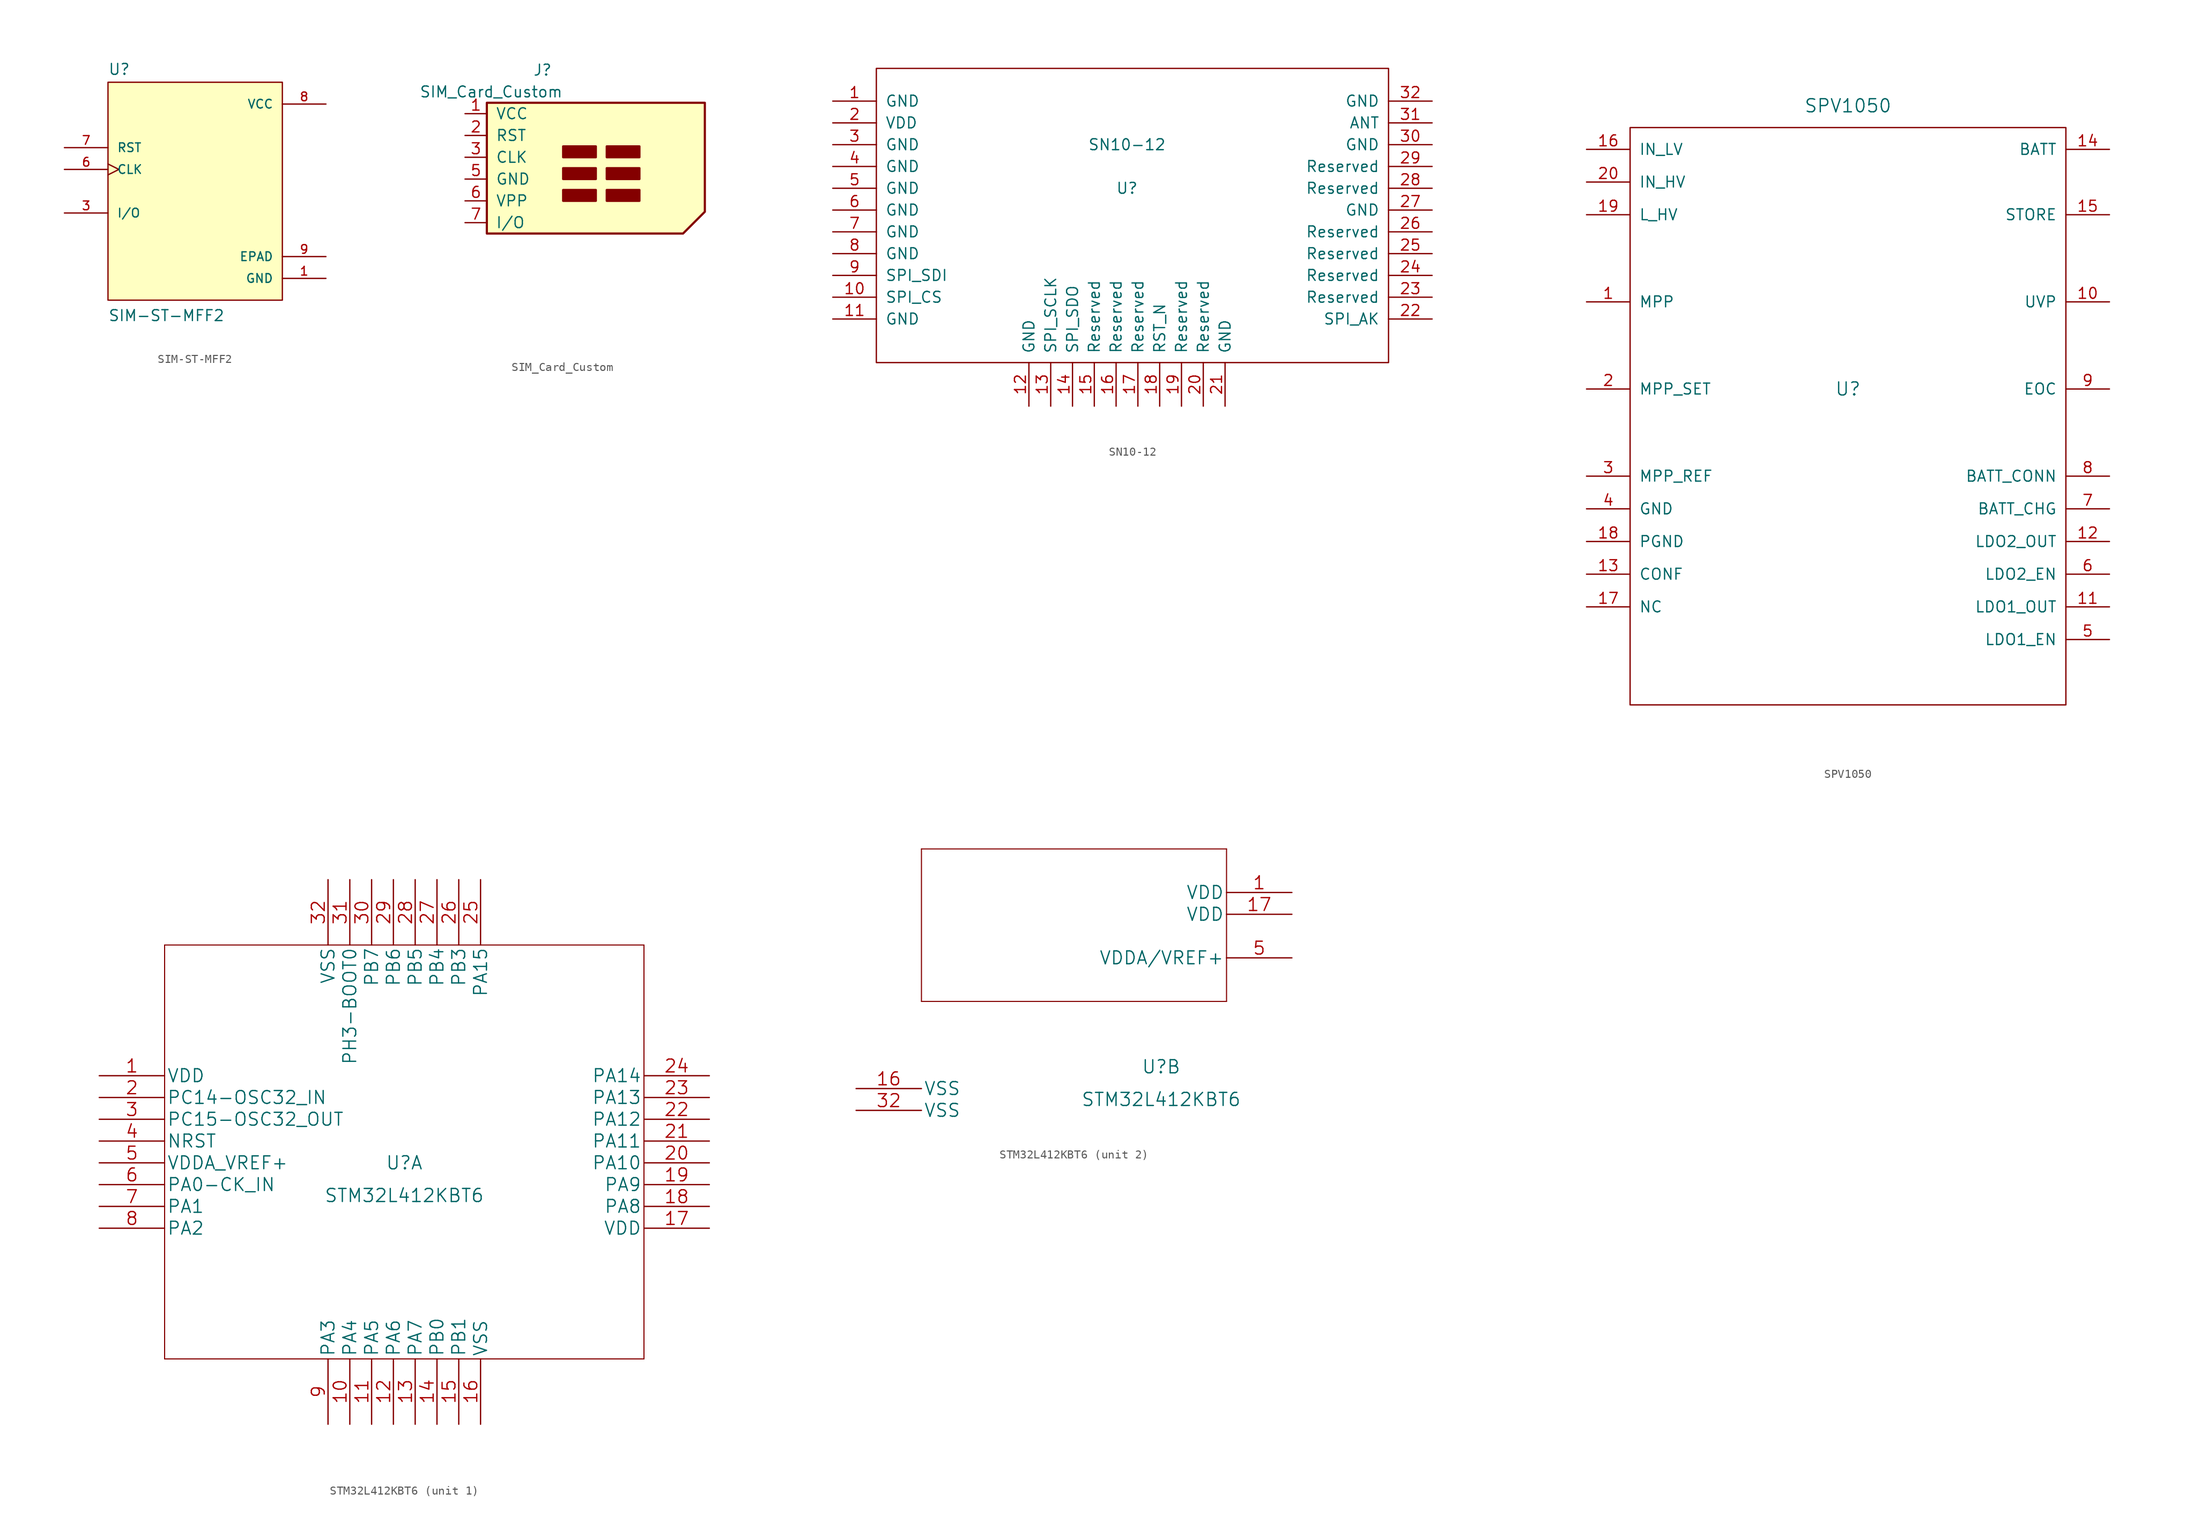
<source format=kicad_sym>
(kicad_symbol_lib
  (version 20211014)
  (generator kicad_symbol_editor)
  (symbol "SIM-ST-MFF2"
    (pin_names
      (offset 1.016))
    (property "Reference" "U"
      (at -10.16 13.462 0)
      (effects (font (size 1.27 1.27)) (justify left bottom)))
    (property "Value" "SIM-ST-MFF2"
      (at -10.16 -15.24 0)
      (effects (font (size 1.27 1.27)) (justify left bottom)))
    (property "ki_locked" ""
      (at 0 0 0)
      (effects (font (size 1.27 1.27))))
    (symbol "SIM-ST-MFF2_0_0"
      (rectangle (start -10.16 -12.7) (end 10.16 12.7) (stroke (width 0.152) (type default) (color 0 0 0 0)) (fill (type background)))
      (pin input line (at 15.24 -10.16 180) (length 5.08) (name "GND" (effects (font (size 1.016 1.016)))) (number "1" (effects (font (size 1.016 1.016)))))
      (pin bidirectional line (at -15.24 -2.54 0) (length 5.08) (name "I/O" (effects (font (size 1.016 1.016)))) (number "3" (effects (font (size 1.016 1.016)))))
      (pin input clock (at -15.24 2.54 0) (length 5.08) (name "CLK" (effects (font (size 1.016 1.016)))) (number "6" (effects (font (size 1.016 1.016)))))
      (pin input line (at -15.24 5.08 0) (length 5.08) (name "RST" (effects (font (size 1.016 1.016)))) (number "7" (effects (font (size 1.016 1.016)))))
      (pin input line (at 15.24 10.16 180) (length 5.08) (name "VCC" (effects (font (size 1.016 1.016)))) (number "8" (effects (font (size 1.016 1.016)))))
      (pin passive line (at 15.24 -7.62 180) (length 5.08) (name "EPAD" (effects (font (size 1.016 1.016)))) (number "9" (effects (font (size 1.016 1.016)))))))
  (symbol "SIM_Card_Custom"
    (pin_names
      (offset 1.016))
    (property "Reference" "J"
      (at -2.54 12.7 0)
      (effects (font (size 1.27 1.27)) (justify right)))
    (property "Value" "SIM_Card_Custom"
      (at -1.27 10.16 0)
      (effects (font (size 1.27 1.27)) (justify right)))
    (symbol "SIM_Card_Custom_0_1"
      (rectangle (start -1.27 -2.54) (end 2.54 -1.27) (stroke (width 0.254) (type default) (color 0 0 0 0)) (fill (type outline)))
      (rectangle (start -1.27 0) (end 2.54 1.27) (stroke (width 0.254) (type default) (color 0 0 0 0)) (fill (type outline)))
      (rectangle (start -1.27 2.54) (end 2.54 3.81) (stroke (width 0.254) (type default) (color 0 0 0 0)) (fill (type outline)))
      (polyline (pts (xy -10.16 8.89) (xy 15.24 8.89) (xy 15.24 -3.81) (xy 12.7 -6.35) (xy -10.16 -6.35) (xy -10.16 8.89)) (stroke (width 0.254) (type default) (color 0 0 0 0)) (fill (type background)))
      (rectangle (start 3.81 -1.27) (end 7.62 -2.54) (stroke (width 0.254) (type default) (color 0 0 0 0)) (fill (type outline)))
      (rectangle (start 3.81 0) (end 7.62 1.27) (stroke (width 0.254) (type default) (color 0 0 0 0)) (fill (type outline)))
      (rectangle (start 3.81 2.54) (end 7.62 3.81) (stroke (width 0.254) (type default) (color 0 0 0 0)) (fill (type outline))))
    (symbol "SIM_Card_Custom_1_1"
      (pin power_in line (at -12.7 7.62 0) (length 2.54) (name "VCC" (effects (font (size 1.27 1.27)))) (number "1" (effects (font (size 1.27 1.27)))))
      (pin no_connect line (at -2.54 -15.24 0) (length 2.54) hide (name "NC" (effects (font (size 1.27 1.27)))) (number "10" (effects (font (size 1.27 1.27)))))
      (pin no_connect line (at -2.54 -17.78 0) (length 2.54) hide (name "NC" (effects (font (size 1.27 1.27)))) (number "11" (effects (font (size 1.27 1.27)))))
      (pin input line (at -12.7 5.08 0) (length 2.54) (name "RST" (effects (font (size 1.27 1.27)))) (number "2" (effects (font (size 1.27 1.27)))))
      (pin input line (at -12.7 2.54 0) (length 2.54) (name "CLK" (effects (font (size 1.27 1.27)))) (number "3" (effects (font (size 1.27 1.27)))))
      (pin power_in line (at -12.7 0 0) (length 2.54) (name "GND" (effects (font (size 1.27 1.27)))) (number "5" (effects (font (size 1.27 1.27)))))
      (pin input line (at -12.7 -2.54 0) (length 2.54) (name "VPP" (effects (font (size 1.27 1.27)))) (number "6" (effects (font (size 1.27 1.27)))))
      (pin bidirectional line (at -12.7 -5.08 0) (length 2.54) (name "I/O" (effects (font (size 1.27 1.27)))) (number "7" (effects (font (size 1.27 1.27)))))
      (pin no_connect line (at -2.54 -10.16 0) (length 2.54) hide (name "NC" (effects (font (size 1.27 1.27)))) (number "8" (effects (font (size 1.27 1.27)))))
      (pin no_connect line (at -2.54 -12.7 0) (length 2.54) hide (name "NC" (effects (font (size 1.27 1.27)))) (number "9" (effects (font (size 1.27 1.27)))))))
  (symbol "SN10-12"
    (pin_names
      (offset 1.016))
    (property "Reference" "U"
      (at 0 0 0)
      (effects (font (size 1.27 1.27))))
    (property "Value" "SN10-12"
      (at 0 5.08 0)
      (effects (font (size 1.27 1.27))))
    (symbol "SN10-12_0_1"
      (rectangle (start -29.21 13.97) (end 30.48 -20.32) (stroke (width 0) (type default) (color 0 0 0 0)) (fill (type none))))
    (symbol "SN10-12_1_1"
      (pin input line (at -34.29 10.16 0) (length 5.08) (name "GND" (effects (font (size 1.27 1.27)))) (number "1" (effects (font (size 1.27 1.27)))))
      (pin input line (at -34.29 -12.7 0) (length 5.08) (name "SPI_CS" (effects (font (size 1.27 1.27)))) (number "10" (effects (font (size 1.27 1.27)))))
      (pin input line (at -34.29 -15.24 0) (length 5.08) (name "GND" (effects (font (size 1.27 1.27)))) (number "11" (effects (font (size 1.27 1.27)))))
      (pin input line (at -11.43 -25.4 90) (length 5.08) (name "GND" (effects (font (size 1.27 1.27)))) (number "12" (effects (font (size 1.27 1.27)))))
      (pin input line (at -8.89 -25.4 90) (length 5.08) (name "SPI_SCLK" (effects (font (size 1.27 1.27)))) (number "13" (effects (font (size 1.27 1.27)))))
      (pin input line (at -6.35 -25.4 90) (length 5.08) (name "SPI_SDO" (effects (font (size 1.27 1.27)))) (number "14" (effects (font (size 1.27 1.27)))))
      (pin input line (at -3.81 -25.4 90) (length 5.08) (name "Reserved" (effects (font (size 1.27 1.27)))) (number "15" (effects (font (size 1.27 1.27)))))
      (pin input line (at -1.27 -25.4 90) (length 5.08) (name "Reserved" (effects (font (size 1.27 1.27)))) (number "16" (effects (font (size 1.27 1.27)))))
      (pin input line (at 1.27 -25.4 90) (length 5.08) (name "Reserved" (effects (font (size 1.27 1.27)))) (number "17" (effects (font (size 1.27 1.27)))))
      (pin input line (at 3.81 -25.4 90) (length 5.08) (name "RST_N" (effects (font (size 1.27 1.27)))) (number "18" (effects (font (size 1.27 1.27)))))
      (pin input line (at 6.35 -25.4 90) (length 5.08) (name "Reserved" (effects (font (size 1.27 1.27)))) (number "19" (effects (font (size 1.27 1.27)))))
      (pin input line (at -34.29 7.62 0) (length 5.08) (name "VDD" (effects (font (size 1.27 1.27)))) (number "2" (effects (font (size 1.27 1.27)))))
      (pin input line (at 8.89 -25.4 90) (length 5.08) (name "Reserved" (effects (font (size 1.27 1.27)))) (number "20" (effects (font (size 1.27 1.27)))))
      (pin input line (at 11.43 -25.4 90) (length 5.08) (name "GND" (effects (font (size 1.27 1.27)))) (number "21" (effects (font (size 1.27 1.27)))))
      (pin input line (at 35.56 -15.24 180) (length 5.08) (name "SPI_AK" (effects (font (size 1.27 1.27)))) (number "22" (effects (font (size 1.27 1.27)))))
      (pin input line (at 35.56 -12.7 180) (length 5.08) (name "Reserved" (effects (font (size 1.27 1.27)))) (number "23" (effects (font (size 1.27 1.27)))))
      (pin input line (at 35.56 -10.16 180) (length 5.08) (name "Reserved" (effects (font (size 1.27 1.27)))) (number "24" (effects (font (size 1.27 1.27)))))
      (pin input line (at 35.56 -7.62 180) (length 5.08) (name "Reserved" (effects (font (size 1.27 1.27)))) (number "25" (effects (font (size 1.27 1.27)))))
      (pin input line (at 35.56 -5.08 180) (length 5.08) (name "Reserved" (effects (font (size 1.27 1.27)))) (number "26" (effects (font (size 1.27 1.27)))))
      (pin input line (at 35.56 -2.54 180) (length 5.08) (name "GND" (effects (font (size 1.27 1.27)))) (number "27" (effects (font (size 1.27 1.27)))))
      (pin input line (at 35.56 0 180) (length 5.08) (name "Reserved" (effects (font (size 1.27 1.27)))) (number "28" (effects (font (size 1.27 1.27)))))
      (pin input line (at 35.56 2.54 180) (length 5.08) (name "Reserved" (effects (font (size 1.27 1.27)))) (number "29" (effects (font (size 1.27 1.27)))))
      (pin input line (at -34.29 5.08 0) (length 5.08) (name "GND" (effects (font (size 1.27 1.27)))) (number "3" (effects (font (size 1.27 1.27)))))
      (pin input line (at 35.56 5.08 180) (length 5.08) (name "GND" (effects (font (size 1.27 1.27)))) (number "30" (effects (font (size 1.27 1.27)))))
      (pin input line (at 35.56 7.62 180) (length 5.08) (name "ANT" (effects (font (size 1.27 1.27)))) (number "31" (effects (font (size 1.27 1.27)))))
      (pin input line (at 35.56 10.16 180) (length 5.08) (name "GND" (effects (font (size 1.27 1.27)))) (number "32" (effects (font (size 1.27 1.27)))))
      (pin input line (at -34.29 2.54 0) (length 5.08) (name "GND" (effects (font (size 1.27 1.27)))) (number "4" (effects (font (size 1.27 1.27)))))
      (pin input line (at -34.29 0 0) (length 5.08) (name "GND" (effects (font (size 1.27 1.27)))) (number "5" (effects (font (size 1.27 1.27)))))
      (pin input line (at -34.29 -2.54 0) (length 5.08) (name "GND" (effects (font (size 1.27 1.27)))) (number "6" (effects (font (size 1.27 1.27)))))
      (pin input line (at -34.29 -5.08 0) (length 5.08) (name "GND" (effects (font (size 1.27 1.27)))) (number "7" (effects (font (size 1.27 1.27)))))
      (pin input line (at -34.29 -7.62 0) (length 5.08) (name "GND" (effects (font (size 1.27 1.27)))) (number "8" (effects (font (size 1.27 1.27)))))
      (pin input line (at -34.29 -10.16 0) (length 5.08) (name "SPI_SDI" (effects (font (size 1.27 1.27)))) (number "9" (effects (font (size 1.27 1.27)))))))
  (symbol "SPV1050"
    (pin_names
      (offset 1.016))
    (property "Reference" "U"
      (at 0 0 0)
      (effects (font (size 1.524 1.524))))
    (property "Value" "SPV1050"
      (at 0 33.02 0)
      (effects (font (size 1.524 1.524))))
    (symbol "SPV1050_0_1"
      (rectangle (start 25.4 30.48) (end -25.4 -36.83) (stroke (width 0) (type default) (color 0 0 0 0)) (fill (type none))))
    (symbol "SPV1050_1_1"
      (pin input line (at -30.48 10.16 0) (length 5.08) (name "MPP" (effects (font (size 1.27 1.27)))) (number "1" (effects (font (size 1.27 1.27)))))
      (pin input line (at 30.48 10.16 180) (length 5.08) (name "UVP" (effects (font (size 1.27 1.27)))) (number "10" (effects (font (size 1.27 1.27)))))
      (pin output line (at 30.48 -25.4 180) (length 5.08) (name "LDO1_OUT" (effects (font (size 1.27 1.27)))) (number "11" (effects (font (size 1.27 1.27)))))
      (pin output line (at 30.48 -17.78 180) (length 5.08) (name "LDO2_OUT" (effects (font (size 1.27 1.27)))) (number "12" (effects (font (size 1.27 1.27)))))
      (pin input line (at -30.48 -21.59 0) (length 5.08) (name "CONF" (effects (font (size 1.27 1.27)))) (number "13" (effects (font (size 1.27 1.27)))))
      (pin input line (at 30.48 27.94 180) (length 5.08) (name "BATT" (effects (font (size 1.27 1.27)))) (number "14" (effects (font (size 1.27 1.27)))))
      (pin bidirectional line (at 30.48 20.32 180) (length 5.08) (name "STORE" (effects (font (size 1.27 1.27)))) (number "15" (effects (font (size 1.27 1.27)))))
      (pin input line (at -30.48 27.94 0) (length 5.08) (name "IN_LV" (effects (font (size 1.27 1.27)))) (number "16" (effects (font (size 1.27 1.27)))))
      (pin input line (at -30.48 -25.4 0) (length 5.08) (name "NC" (effects (font (size 1.27 1.27)))) (number "17" (effects (font (size 1.27 1.27)))))
      (pin input line (at -30.48 -17.78 0) (length 5.08) (name "PGND" (effects (font (size 1.27 1.27)))) (number "18" (effects (font (size 1.27 1.27)))))
      (pin input line (at -30.48 20.32 0) (length 5.08) (name "L_HV" (effects (font (size 1.27 1.27)))) (number "19" (effects (font (size 1.27 1.27)))))
      (pin input line (at -30.48 0 0) (length 5.08) (name "MPP_SET" (effects (font (size 1.27 1.27)))) (number "2" (effects (font (size 1.27 1.27)))))
      (pin input line (at -30.48 24.13 0) (length 5.08) (name "IN_HV" (effects (font (size 1.27 1.27)))) (number "20" (effects (font (size 1.27 1.27)))))
      (pin input line (at -30.48 -10.16 0) (length 5.08) (name "MPP_REF" (effects (font (size 1.27 1.27)))) (number "3" (effects (font (size 1.27 1.27)))))
      (pin input line (at -30.48 -13.97 0) (length 5.08) (name "GND" (effects (font (size 1.27 1.27)))) (number "4" (effects (font (size 1.27 1.27)))))
      (pin input line (at 30.48 -29.21 180) (length 5.08) (name "LDO1_EN" (effects (font (size 1.27 1.27)))) (number "5" (effects (font (size 1.27 1.27)))))
      (pin input line (at 30.48 -21.59 180) (length 5.08) (name "LDO2_EN" (effects (font (size 1.27 1.27)))) (number "6" (effects (font (size 1.27 1.27)))))
      (pin output line (at 30.48 -13.97 180) (length 5.08) (name "BATT_CHG" (effects (font (size 1.27 1.27)))) (number "7" (effects (font (size 1.27 1.27)))))
      (pin output line (at 30.48 -10.16 180) (length 5.08) (name "BATT_CONN" (effects (font (size 1.27 1.27)))) (number "8" (effects (font (size 1.27 1.27)))))
      (pin input line (at 30.48 0 180) (length 5.08) (name "EOC" (effects (font (size 1.27 1.27)))) (number "9" (effects (font (size 1.27 1.27)))))))
  (symbol "STM32L412KBT6"
    (pin_names
      (offset 0.254))
    (property "Reference" "U"
      (at 35.56 -20.32 0)
      (effects (font (size 1.524 1.524))))
    (property "Value" "STM32L412KBT6"
      (at 35.56 -24.13 0)
      (effects (font (size 1.524 1.524))))
    (property "Datasheet" ""
      (at 0 -22.86 0)
      (effects (font (size 1.524 1.524))))
    (symbol "STM32L412KBT6_1_1"
      (polyline (pts (xy 7.62 -43.18) (xy 63.5 -43.18)) (stroke (width 0.127) (type default) (color 0 0 0 0)) (fill (type none)))
      (polyline (pts (xy 7.62 5.08) (xy 7.62 -43.18)) (stroke (width 0.127) (type default) (color 0 0 0 0)) (fill (type none)))
      (polyline (pts (xy 63.5 -43.18) (xy 63.5 5.08)) (stroke (width 0.127) (type default) (color 0 0 0 0)) (fill (type none)))
      (polyline (pts (xy 63.5 5.08) (xy 7.62 5.08)) (stroke (width 0.127) (type default) (color 0 0 0 0)) (fill (type none)))
      (pin input line (at 0 -10.16 0) (length 7.62) (name "VDD" (effects (font (size 1.499 1.499)))) (number "1" (effects (font (size 1.499 1.499)))))
      (pin bidirectional line (at 29.21 -50.8 90) (length 7.62) (name "PA4" (effects (font (size 1.499 1.499)))) (number "10" (effects (font (size 1.499 1.499)))))
      (pin bidirectional line (at 31.75 -50.8 90) (length 7.62) (name "PA5" (effects (font (size 1.499 1.499)))) (number "11" (effects (font (size 1.499 1.499)))))
      (pin bidirectional line (at 34.29 -50.8 90) (length 7.62) (name "PA6" (effects (font (size 1.499 1.499)))) (number "12" (effects (font (size 1.499 1.499)))))
      (pin bidirectional line (at 36.83 -50.8 90) (length 7.62) (name "PA7" (effects (font (size 1.499 1.499)))) (number "13" (effects (font (size 1.499 1.499)))))
      (pin bidirectional line (at 39.37 -50.8 90) (length 7.62) (name "PB0" (effects (font (size 1.499 1.499)))) (number "14" (effects (font (size 1.499 1.499)))))
      (pin bidirectional line (at 41.91 -50.8 90) (length 7.62) (name "PB1" (effects (font (size 1.499 1.499)))) (number "15" (effects (font (size 1.499 1.499)))))
      (pin input line (at 44.45 -50.8 90) (length 7.62) (name "VSS" (effects (font (size 1.499 1.499)))) (number "16" (effects (font (size 1.499 1.499)))))
      (pin input line (at 71.12 -27.94 180) (length 7.62) (name "VDD" (effects (font (size 1.499 1.499)))) (number "17" (effects (font (size 1.499 1.499)))))
      (pin bidirectional line (at 71.12 -25.4 180) (length 7.62) (name "PA8" (effects (font (size 1.499 1.499)))) (number "18" (effects (font (size 1.499 1.499)))))
      (pin bidirectional line (at 71.12 -22.86 180) (length 7.62) (name "PA9" (effects (font (size 1.499 1.499)))) (number "19" (effects (font (size 1.499 1.499)))))
      (pin bidirectional line (at 0 -12.7 0) (length 7.62) (name "PC14-OSC32_IN" (effects (font (size 1.499 1.499)))) (number "2" (effects (font (size 1.499 1.499)))))
      (pin bidirectional line (at 71.12 -20.32 180) (length 7.62) (name "PA10" (effects (font (size 1.499 1.499)))) (number "20" (effects (font (size 1.499 1.499)))))
      (pin bidirectional line (at 71.12 -17.78 180) (length 7.62) (name "PA11" (effects (font (size 1.499 1.499)))) (number "21" (effects (font (size 1.499 1.499)))))
      (pin bidirectional line (at 71.12 -15.24 180) (length 7.62) (name "PA12" (effects (font (size 1.499 1.499)))) (number "22" (effects (font (size 1.499 1.499)))))
      (pin bidirectional line (at 71.12 -12.7 180) (length 7.62) (name "PA13" (effects (font (size 1.499 1.499)))) (number "23" (effects (font (size 1.499 1.499)))))
      (pin bidirectional line (at 71.12 -10.16 180) (length 7.62) (name "PA14" (effects (font (size 1.499 1.499)))) (number "24" (effects (font (size 1.499 1.499)))))
      (pin bidirectional line (at 44.45 12.7 270) (length 7.62) (name "PA15" (effects (font (size 1.499 1.499)))) (number "25" (effects (font (size 1.499 1.499)))))
      (pin bidirectional line (at 41.91 12.7 270) (length 7.62) (name "PB3" (effects (font (size 1.499 1.499)))) (number "26" (effects (font (size 1.499 1.499)))))
      (pin bidirectional line (at 39.37 12.7 270) (length 7.62) (name "PB4" (effects (font (size 1.499 1.499)))) (number "27" (effects (font (size 1.499 1.499)))))
      (pin bidirectional line (at 36.83 12.7 270) (length 7.62) (name "PB5" (effects (font (size 1.499 1.499)))) (number "28" (effects (font (size 1.499 1.499)))))
      (pin bidirectional line (at 34.29 12.7 270) (length 7.62) (name "PB6" (effects (font (size 1.499 1.499)))) (number "29" (effects (font (size 1.499 1.499)))))
      (pin bidirectional line (at 0 -15.24 0) (length 7.62) (name "PC15-OSC32_OUT" (effects (font (size 1.499 1.499)))) (number "3" (effects (font (size 1.499 1.499)))))
      (pin bidirectional line (at 31.75 12.7 270) (length 7.62) (name "PB7" (effects (font (size 1.499 1.499)))) (number "30" (effects (font (size 1.499 1.499)))))
      (pin bidirectional line (at 29.21 12.7 270) (length 7.62) (name "PH3-BOOT0" (effects (font (size 1.499 1.499)))) (number "31" (effects (font (size 1.499 1.499)))))
      (pin input line (at 26.67 12.7 270) (length 7.62) (name "VSS" (effects (font (size 1.499 1.499)))) (number "32" (effects (font (size 1.499 1.499)))))
      (pin bidirectional line (at 0 -17.78 0) (length 7.62) (name "NRST" (effects (font (size 1.499 1.499)))) (number "4" (effects (font (size 1.499 1.499)))))
      (pin input line (at 0 -20.32 0) (length 7.62) (name "VDDA_VREF+" (effects (font (size 1.499 1.499)))) (number "5" (effects (font (size 1.499 1.499)))))
      (pin bidirectional line (at 0 -22.86 0) (length 7.62) (name "PA0-CK_IN" (effects (font (size 1.499 1.499)))) (number "6" (effects (font (size 1.499 1.499)))))
      (pin bidirectional line (at 0 -25.4 0) (length 7.62) (name "PA1" (effects (font (size 1.499 1.499)))) (number "7" (effects (font (size 1.499 1.499)))))
      (pin bidirectional line (at 0 -27.94 0) (length 7.62) (name "PA2" (effects (font (size 1.499 1.499)))) (number "8" (effects (font (size 1.499 1.499)))))
      (pin bidirectional line (at 26.67 -50.8 90) (length 7.62) (name "PA3" (effects (font (size 1.499 1.499)))) (number "9" (effects (font (size 1.499 1.499))))))
    (symbol "STM32L412KBT6_2_1"
      (polyline (pts (xy 7.62 -12.7) (xy 43.18 -12.7)) (stroke (width 0.127) (type default) (color 0 0 0 0)) (fill (type none)))
      (polyline (pts (xy 7.62 5.08) (xy 7.62 -12.7)) (stroke (width 0.127) (type default) (color 0 0 0 0)) (fill (type none)))
      (polyline (pts (xy 43.18 -12.7) (xy 43.18 5.08)) (stroke (width 0.127) (type default) (color 0 0 0 0)) (fill (type none)))
      (polyline (pts (xy 43.18 5.08) (xy 7.62 5.08)) (stroke (width 0.127) (type default) (color 0 0 0 0)) (fill (type none)))
      (pin power_in line (at 50.8 0 180) (length 7.62) (name "VDD" (effects (font (size 1.499 1.499)))) (number "1" (effects (font (size 1.499 1.499)))))
      (pin power_in line (at 0 -22.86 0) (length 7.62) (name "VSS" (effects (font (size 1.499 1.499)))) (number "16" (effects (font (size 1.499 1.499)))))
      (pin power_in line (at 50.8 -2.54 180) (length 7.62) (name "VDD" (effects (font (size 1.499 1.499)))) (number "17" (effects (font (size 1.499 1.499)))))
      (pin power_in line (at 0 -25.4 0) (length 7.62) (name "VSS" (effects (font (size 1.499 1.499)))) (number "32" (effects (font (size 1.499 1.499)))))
      (pin power_in line (at 50.8 -7.62 180) (length 7.62) (name "VDDA/VREF+" (effects (font (size 1.499 1.499)))) (number "5" (effects (font (size 1.499 1.499))))))))
</source>
